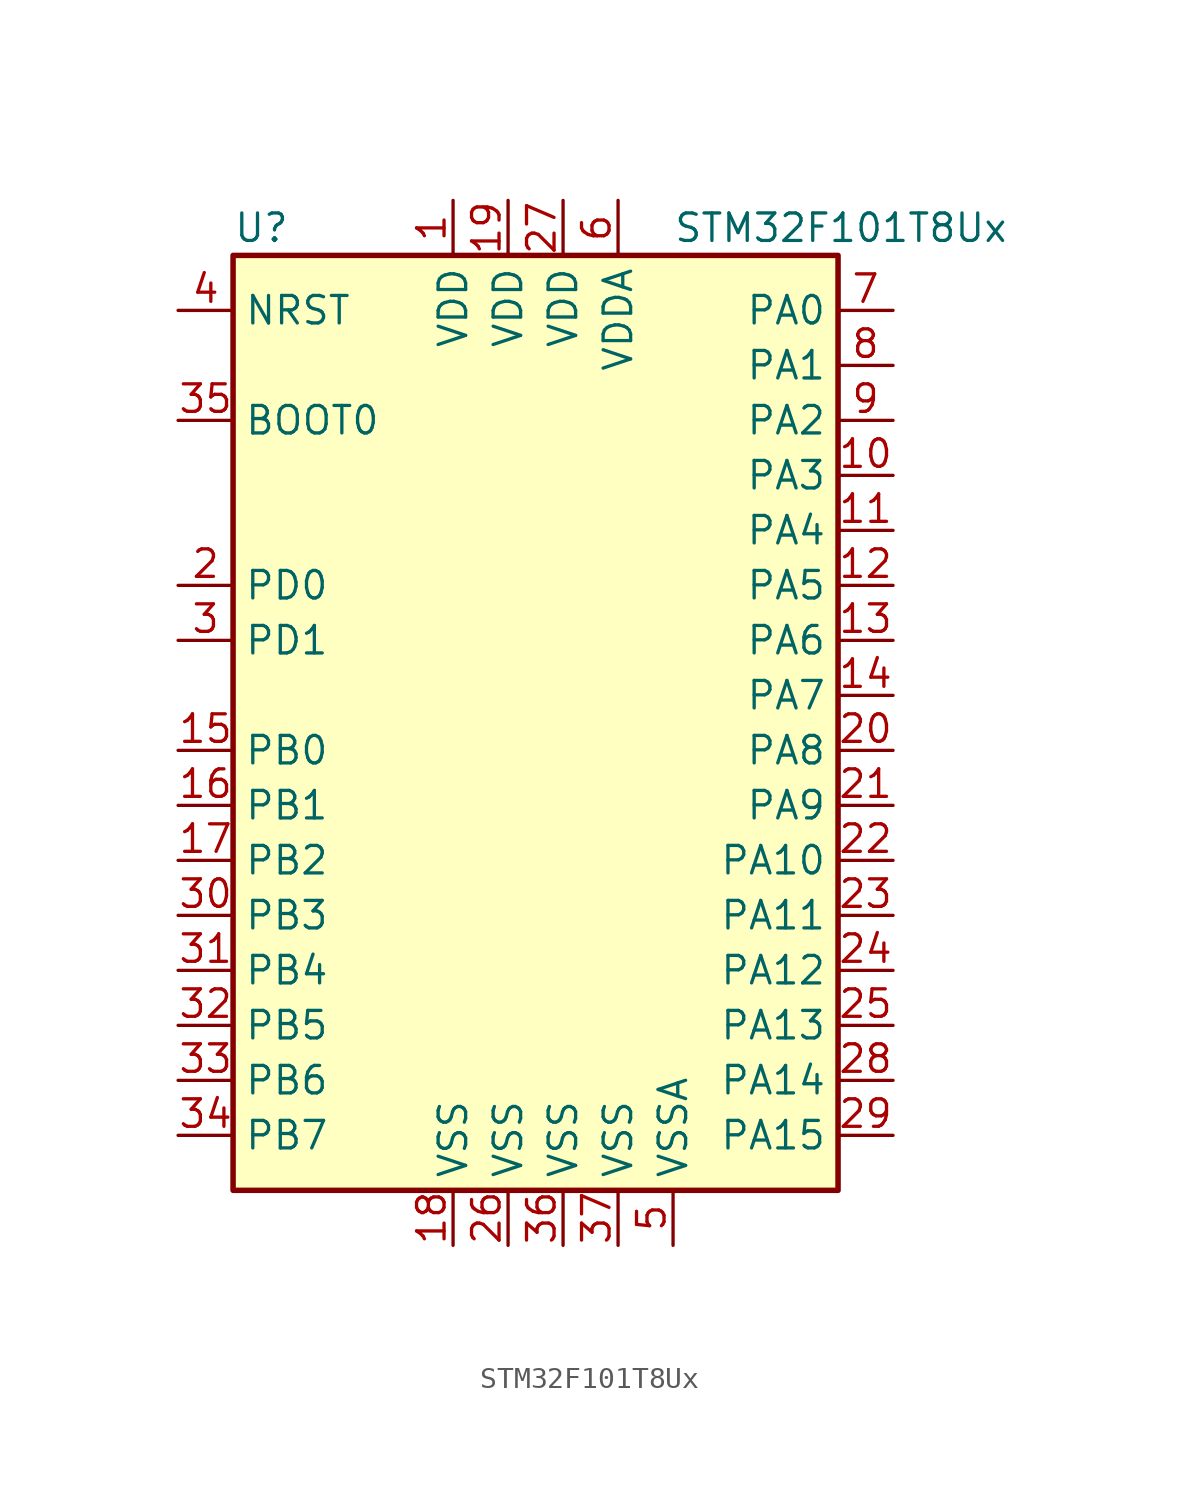
<source format=kicad_sym>
(kicad_symbol_lib
  (version 20201005)
  (generator kicad_symbol_editor)
  (symbol "STM32F101T8Ux"
    (property "Reference" "U"
      (at -15.24 21.59 0)
      (effects (font (size 1.27 1.27)) (justify left)))
    (property "Value" "STM32F101T8Ux"
      (at 5.08 21.59 0)
      (effects (font (size 1.27 1.27)) (justify left)))
    (symbol "STM32F101T8Ux_0_1"
      (rectangle (start -15.24 -22.86) (end 12.7 20.32) (stroke (width 0.254)) (fill (type background))))
    (symbol "STM32F101T8Ux_1_1"
      (pin input line (at -17.78 12.7 0) (length 2.54) (name "BOOT0" (effects (font (size 1.27 1.27)))) (number "35" (effects (font (size 1.27 1.27)))))
      (pin input line (at -17.78 17.78 0) (length 2.54) (name "NRST" (effects (font (size 1.27 1.27)))) (number "4" (effects (font (size 1.27 1.27)))))
      (pin bidirectional line (at 15.24 17.78 180) (length 2.54) (name "PA0" (effects (font (size 1.27 1.27)))) (number "7" (effects (font (size 1.27 1.27)))))
      (pin bidirectional line (at 15.24 15.24 180) (length 2.54) (name "PA1" (effects (font (size 1.27 1.27)))) (number "8" (effects (font (size 1.27 1.27)))))
      (pin bidirectional line (at 15.24 -7.62 180) (length 2.54) (name "PA10" (effects (font (size 1.27 1.27)))) (number "22" (effects (font (size 1.27 1.27)))))
      (pin bidirectional line (at 15.24 -10.16 180) (length 2.54) (name "PA11" (effects (font (size 1.27 1.27)))) (number "23" (effects (font (size 1.27 1.27)))))
      (pin bidirectional line (at 15.24 -12.7 180) (length 2.54) (name "PA12" (effects (font (size 1.27 1.27)))) (number "24" (effects (font (size 1.27 1.27)))))
      (pin bidirectional line (at 15.24 -15.24 180) (length 2.54) (name "PA13" (effects (font (size 1.27 1.27)))) (number "25" (effects (font (size 1.27 1.27)))))
      (pin bidirectional line (at 15.24 -17.78 180) (length 2.54) (name "PA14" (effects (font (size 1.27 1.27)))) (number "28" (effects (font (size 1.27 1.27)))))
      (pin bidirectional line (at 15.24 -20.32 180) (length 2.54) (name "PA15" (effects (font (size 1.27 1.27)))) (number "29" (effects (font (size 1.27 1.27)))))
      (pin bidirectional line (at 15.24 12.7 180) (length 2.54) (name "PA2" (effects (font (size 1.27 1.27)))) (number "9" (effects (font (size 1.27 1.27)))))
      (pin bidirectional line (at 15.24 10.16 180) (length 2.54) (name "PA3" (effects (font (size 1.27 1.27)))) (number "10" (effects (font (size 1.27 1.27)))))
      (pin bidirectional line (at 15.24 7.62 180) (length 2.54) (name "PA4" (effects (font (size 1.27 1.27)))) (number "11" (effects (font (size 1.27 1.27)))))
      (pin bidirectional line (at 15.24 5.08 180) (length 2.54) (name "PA5" (effects (font (size 1.27 1.27)))) (number "12" (effects (font (size 1.27 1.27)))))
      (pin bidirectional line (at 15.24 2.54 180) (length 2.54) (name "PA6" (effects (font (size 1.27 1.27)))) (number "13" (effects (font (size 1.27 1.27)))))
      (pin bidirectional line (at 15.24 0 180) (length 2.54) (name "PA7" (effects (font (size 1.27 1.27)))) (number "14" (effects (font (size 1.27 1.27)))))
      (pin bidirectional line (at 15.24 -2.54 180) (length 2.54) (name "PA8" (effects (font (size 1.27 1.27)))) (number "20" (effects (font (size 1.27 1.27)))))
      (pin bidirectional line (at 15.24 -5.08 180) (length 2.54) (name "PA9" (effects (font (size 1.27 1.27)))) (number "21" (effects (font (size 1.27 1.27)))))
      (pin bidirectional line (at -17.78 -2.54 0) (length 2.54) (name "PB0" (effects (font (size 1.27 1.27)))) (number "15" (effects (font (size 1.27 1.27)))))
      (pin bidirectional line (at -17.78 -5.08 0) (length 2.54) (name "PB1" (effects (font (size 1.27 1.27)))) (number "16" (effects (font (size 1.27 1.27)))))
      (pin bidirectional line (at -17.78 -7.62 0) (length 2.54) (name "PB2" (effects (font (size 1.27 1.27)))) (number "17" (effects (font (size 1.27 1.27)))))
      (pin bidirectional line (at -17.78 -10.16 0) (length 2.54) (name "PB3" (effects (font (size 1.27 1.27)))) (number "30" (effects (font (size 1.27 1.27)))))
      (pin bidirectional line (at -17.78 -12.7 0) (length 2.54) (name "PB4" (effects (font (size 1.27 1.27)))) (number "31" (effects (font (size 1.27 1.27)))))
      (pin bidirectional line (at -17.78 -15.24 0) (length 2.54) (name "PB5" (effects (font (size 1.27 1.27)))) (number "32" (effects (font (size 1.27 1.27)))))
      (pin bidirectional line (at -17.78 -17.78 0) (length 2.54) (name "PB6" (effects (font (size 1.27 1.27)))) (number "33" (effects (font (size 1.27 1.27)))))
      (pin bidirectional line (at -17.78 -20.32 0) (length 2.54) (name "PB7" (effects (font (size 1.27 1.27)))) (number "34" (effects (font (size 1.27 1.27)))))
      (pin input line (at -17.78 5.08 0) (length 2.54) (name "PD0" (effects (font (size 1.27 1.27)))) (number "2" (effects (font (size 1.27 1.27)))))
      (pin input line (at -17.78 2.54 0) (length 2.54) (name "PD1" (effects (font (size 1.27 1.27)))) (number "3" (effects (font (size 1.27 1.27)))))
      (pin power_in line (at -5.08 22.86 270) (length 2.54) (name "VDD" (effects (font (size 1.27 1.27)))) (number "1" (effects (font (size 1.27 1.27)))))
      (pin power_in line (at -2.54 22.86 270) (length 2.54) (name "VDD" (effects (font (size 1.27 1.27)))) (number "19" (effects (font (size 1.27 1.27)))))
      (pin power_in line (at 0 22.86 270) (length 2.54) (name "VDD" (effects (font (size 1.27 1.27)))) (number "27" (effects (font (size 1.27 1.27)))))
      (pin power_in line (at 2.54 22.86 270) (length 2.54) (name "VDDA" (effects (font (size 1.27 1.27)))) (number "6" (effects (font (size 1.27 1.27)))))
      (pin power_in line (at -5.08 -25.4 90) (length 2.54) (name "VSS" (effects (font (size 1.27 1.27)))) (number "18" (effects (font (size 1.27 1.27)))))
      (pin power_in line (at -2.54 -25.4 90) (length 2.54) (name "VSS" (effects (font (size 1.27 1.27)))) (number "26" (effects (font (size 1.27 1.27)))))
      (pin power_in line (at 0 -25.4 90) (length 2.54) (name "VSS" (effects (font (size 1.27 1.27)))) (number "36" (effects (font (size 1.27 1.27)))))
      (pin power_in line (at 2.54 -25.4 90) (length 2.54) (name "VSS" (effects (font (size 1.27 1.27)))) (number "37" (effects (font (size 1.27 1.27)))))
      (pin power_in line (at 5.08 -25.4 90) (length 2.54) (name "VSSA" (effects (font (size 1.27 1.27)))) (number "5" (effects (font (size 1.27 1.27))))))))
</source>
